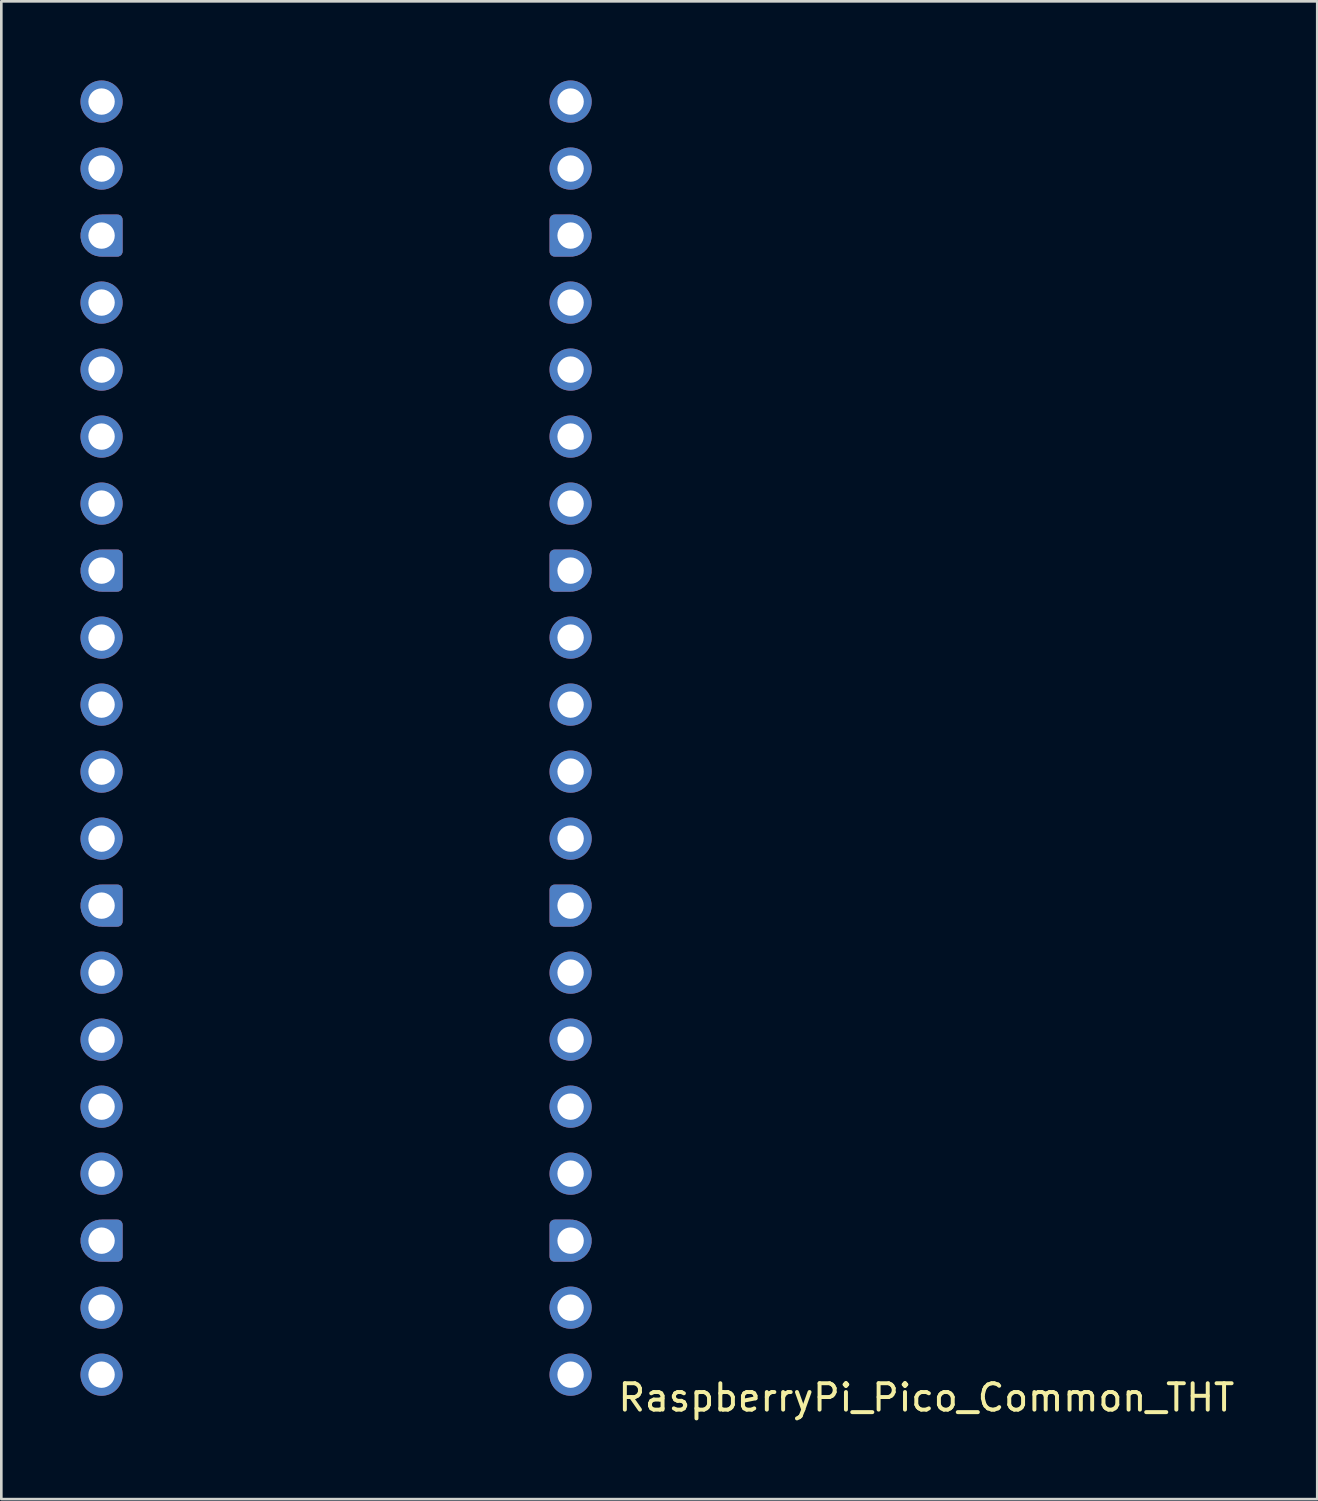
<source format=kicad_pcb>
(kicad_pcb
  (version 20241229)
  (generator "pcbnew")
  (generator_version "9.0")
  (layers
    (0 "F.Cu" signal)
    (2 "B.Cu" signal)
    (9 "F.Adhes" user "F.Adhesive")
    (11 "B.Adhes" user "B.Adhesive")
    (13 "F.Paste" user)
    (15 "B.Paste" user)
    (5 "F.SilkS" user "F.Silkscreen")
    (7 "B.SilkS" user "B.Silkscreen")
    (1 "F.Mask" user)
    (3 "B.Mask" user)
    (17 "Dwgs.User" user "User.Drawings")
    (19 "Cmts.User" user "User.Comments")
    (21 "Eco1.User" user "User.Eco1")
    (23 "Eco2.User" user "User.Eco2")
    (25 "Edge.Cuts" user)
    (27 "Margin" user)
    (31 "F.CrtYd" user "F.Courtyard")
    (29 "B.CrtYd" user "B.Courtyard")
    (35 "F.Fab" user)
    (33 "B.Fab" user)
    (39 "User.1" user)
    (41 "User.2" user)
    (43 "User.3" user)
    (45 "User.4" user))
  (footprint "RaspberryPi_Pico_Common_THT"
    (layer "F.Cu")
    (at 0.8 0.8)
    (property "Reference" "RaspberryPi_Pico_Common_THT" (at 19.5 49.13 0) (unlocked yes) (layer "F.SilkS") (effects (font (size 1 1) (thickness 0.15)) (justify left)))
    (attr through_hole)
    (pad "1" thru_hole circle (at 0 0) (size 1.6 1.6) (drill 1) (layers "*.Cu" "*.Mask"))
    (pad "2" thru_hole circle (at 0 2.54) (size 1.6 1.6) (drill 1) (layers "*.Cu" "*.Mask"))
    (pad "3" thru_hole custom (at 0 5.08) (size 1.6 1.6) (drill 1) (layers "*.Cu" "*.Mask") (options (anchor circle)) (primitives (gr_poly (pts (xy 0.8 0.6) (xy 0.8 -0.6) (xy 0.6 -0.8) (xy 0 -0.8) (xy 0 0.8) (xy 0.6 0.8)) (width 0) (fill yes)) (gr_circle (center 0.6 0.6) (end 0.8 0.6) (width 0) (fill yes)) (gr_circle (center 0.6 -0.6) (end 0.8 -0.6) (width 0) (fill yes))))
    (pad "4" thru_hole circle (at 0 7.62) (size 1.6 1.6) (drill 1) (layers "*.Cu" "*.Mask"))
    (pad "5" thru_hole circle (at 0 10.16) (size 1.6 1.6) (drill 1) (layers "*.Cu" "*.Mask"))
    (pad "6" thru_hole circle (at 0 12.7) (size 1.6 1.6) (drill 1) (layers "*.Cu" "*.Mask"))
    (pad "7" thru_hole circle (at 0 15.24) (size 1.6 1.6) (drill 1) (layers "*.Cu" "*.Mask"))
    (pad "8" thru_hole custom (at 0 17.78) (size 1.6 1.6) (drill 1) (layers "*.Cu" "*.Mask") (options (anchor circle)) (primitives (gr_poly (pts (xy 0.8 0.6) (xy 0.8 -0.6) (xy 0.6 -0.8) (xy 0 -0.8) (xy 0 0.8) (xy 0.6 0.8)) (width 0) (fill yes)) (gr_circle (center 0.6 0.6) (end 0.8 0.6) (width 0) (fill yes)) (gr_circle (center 0.6 -0.6) (end 0.8 -0.6) (width 0) (fill yes))))
    (pad "9" thru_hole circle (at 0 20.32) (size 1.6 1.6) (drill 1) (layers "*.Cu" "*.Mask"))
    (pad "10" thru_hole circle (at 0 22.86) (size 1.6 1.6) (drill 1) (layers "*.Cu" "*.Mask"))
    (pad "11" thru_hole circle (at 0 25.4) (size 1.6 1.6) (drill 1) (layers "*.Cu" "*.Mask"))
    (pad "12" thru_hole circle (at 0 27.94) (size 1.6 1.6) (drill 1) (layers "*.Cu" "*.Mask"))
    (pad "13" thru_hole custom (at 0 30.48) (size 1.6 1.6) (drill 1) (layers "*.Cu" "*.Mask") (options (anchor circle)) (primitives (gr_poly (pts (xy 0.8 0.6) (xy 0.8 -0.6) (xy 0.6 -0.8) (xy 0 -0.8) (xy 0 0.8) (xy 0.6 0.8)) (width 0) (fill yes)) (gr_circle (center 0.6 0.6) (end 0.8 0.6) (width 0) (fill yes)) (gr_circle (center 0.6 -0.6) (end 0.8 -0.6) (width 0) (fill yes))))
    (pad "14" thru_hole circle (at 0 33.02) (size 1.6 1.6) (drill 1) (layers "*.Cu" "*.Mask"))
    (pad "15" thru_hole circle (at 0 35.56) (size 1.6 1.6) (drill 1) (layers "*.Cu" "*.Mask"))
    (pad "16" thru_hole circle (at 0 38.1) (size 1.6 1.6) (drill 1) (layers "*.Cu" "*.Mask"))
    (pad "17" thru_hole circle (at 0 40.64) (size 1.6 1.6) (drill 1) (layers "*.Cu" "*.Mask"))
    (pad "18" thru_hole custom (at 0 43.18) (size 1.6 1.6) (drill 1) (layers "*.Cu" "*.Mask") (options (anchor circle)) (primitives (gr_poly (pts (xy 0.8 0.6) (xy 0.8 -0.6) (xy 0.6 -0.8) (xy 0 -0.8) (xy 0 0.8) (xy 0.6 0.8)) (width 0) (fill yes)) (gr_circle (center 0.6 0.6) (end 0.8 0.6) (width 0) (fill yes)) (gr_circle (center 0.6 -0.6) (end 0.8 -0.6) (width 0) (fill yes))))
    (pad "19" thru_hole circle (at 0 45.72) (size 1.6 1.6) (drill 1) (layers "*.Cu" "*.Mask"))
    (pad "20" thru_hole circle (at 0 48.26) (size 1.6 1.6) (drill 1) (layers "*.Cu" "*.Mask"))
    (pad "21" thru_hole circle (at 17.78 48.26) (size 1.6 1.6) (drill 1) (layers "*.Cu" "*.Mask"))
    (pad "22" thru_hole circle (at 17.78 45.72) (size 1.6 1.6) (drill 1) (layers "*.Cu" "*.Mask"))
    (pad "23" thru_hole custom (at 17.78 43.18) (size 1.6 1.6) (drill 1) (layers "*.Cu" "*.Mask") (options (anchor circle)) (primitives (gr_poly (pts (xy -0.8 0.6) (xy -0.8 -0.6) (xy -0.6 -0.8) (xy 0 -0.8) (xy 0 0.8) (xy -0.6 0.8)) (width 0) (fill yes)) (gr_circle (center -0.6 0.6) (end -0.4 0.6) (width 0) (fill yes)) (gr_circle (center -0.6 -0.6) (end -0.4 -0.6) (width 0) (fill yes))))
    (pad "24" thru_hole circle (at 17.78 40.64) (size 1.6 1.6) (drill 1) (layers "*.Cu" "*.Mask"))
    (pad "25" thru_hole circle (at 17.78 38.1) (size 1.6 1.6) (drill 1) (layers "*.Cu" "*.Mask"))
    (pad "26" thru_hole circle (at 17.78 35.56) (size 1.6 1.6) (drill 1) (layers "*.Cu" "*.Mask"))
    (pad "27" thru_hole circle (at 17.78 33.02) (size 1.6 1.6) (drill 1) (layers "*.Cu" "*.Mask"))
    (pad "28" thru_hole custom (at 17.78 30.48) (size 1.6 1.6) (drill 1) (layers "*.Cu" "*.Mask") (options (anchor circle)) (primitives (gr_poly (pts (xy -0.8 0.6) (xy -0.8 -0.6) (xy -0.6 -0.8) (xy 0 -0.8) (xy 0 0.8) (xy -0.6 0.8)) (width 0) (fill yes)) (gr_circle (center -0.6 0.6) (end -0.4 0.6) (width 0) (fill yes)) (gr_circle (center -0.6 -0.6) (end -0.4 -0.6) (width 0) (fill yes))))
    (pad "29" thru_hole circle (at 17.78 27.94) (size 1.6 1.6) (drill 1) (layers "*.Cu" "*.Mask"))
    (pad "30" thru_hole circle (at 17.78 25.4) (size 1.6 1.6) (drill 1) (layers "*.Cu" "*.Mask"))
    (pad "31" thru_hole circle (at 17.78 22.86) (size 1.6 1.6) (drill 1) (layers "*.Cu" "*.Mask"))
    (pad "32" thru_hole circle (at 17.78 20.32) (size 1.6 1.6) (drill 1) (layers "*.Cu" "*.Mask"))
    (pad "33" thru_hole custom (at 17.78 17.78) (size 1.6 1.6) (drill 1) (layers "*.Cu" "*.Mask") (options (anchor circle)) (primitives (gr_poly (pts (xy -0.8 0.6) (xy -0.8 -0.6) (xy -0.6 -0.8) (xy 0 -0.8) (xy 0 0.8) (xy -0.6 0.8)) (width 0) (fill yes)) (gr_circle (center -0.6 0.6) (end -0.4 0.6) (width 0) (fill yes)) (gr_circle (center -0.6 -0.6) (end -0.4 -0.6) (width 0) (fill yes))))
    (pad "34" thru_hole circle (at 17.78 15.24) (size 1.6 1.6) (drill 1) (layers "*.Cu" "*.Mask"))
    (pad "35" thru_hole circle (at 17.78 12.7) (size 1.6 1.6) (drill 1) (layers "*.Cu" "*.Mask"))
    (pad "36" thru_hole circle (at 17.78 10.16) (size 1.6 1.6) (drill 1) (layers "*.Cu" "*.Mask"))
    (pad "37" thru_hole circle (at 17.78 7.62) (size 1.6 1.6) (drill 1) (layers "*.Cu" "*.Mask"))
    (pad "38" thru_hole custom (at 17.78 5.08) (size 1.6 1.6) (drill 1) (layers "*.Cu" "*.Mask") (options (anchor circle)) (primitives (gr_poly (pts (xy -0.8 0.6) (xy -0.8 -0.6) (xy -0.6 -0.8) (xy 0 -0.8) (xy 0 0.8) (xy -0.6 0.8)) (width 0) (fill yes)) (gr_circle (center -0.6 0.6) (end -0.4 0.6) (width 0) (fill yes)) (gr_circle (center -0.6 -0.6) (end -0.4 -0.6) (width 0) (fill yes))))
    (pad "39" thru_hole circle (at 17.78 2.54) (size 1.6 1.6) (drill 1) (layers "*.Cu" "*.Mask"))
    (pad "40" thru_hole circle (at 17.78 0) (size 1.6 1.6) (drill 1) (layers "*.Cu" "*.Mask")))
  (gr_rect
    (start -3 -3)
    (end 46.883 53.778)
    (stroke (width 0.1) (type default))
    (fill no)
    (layer "Edge.Cuts")))
</source>
